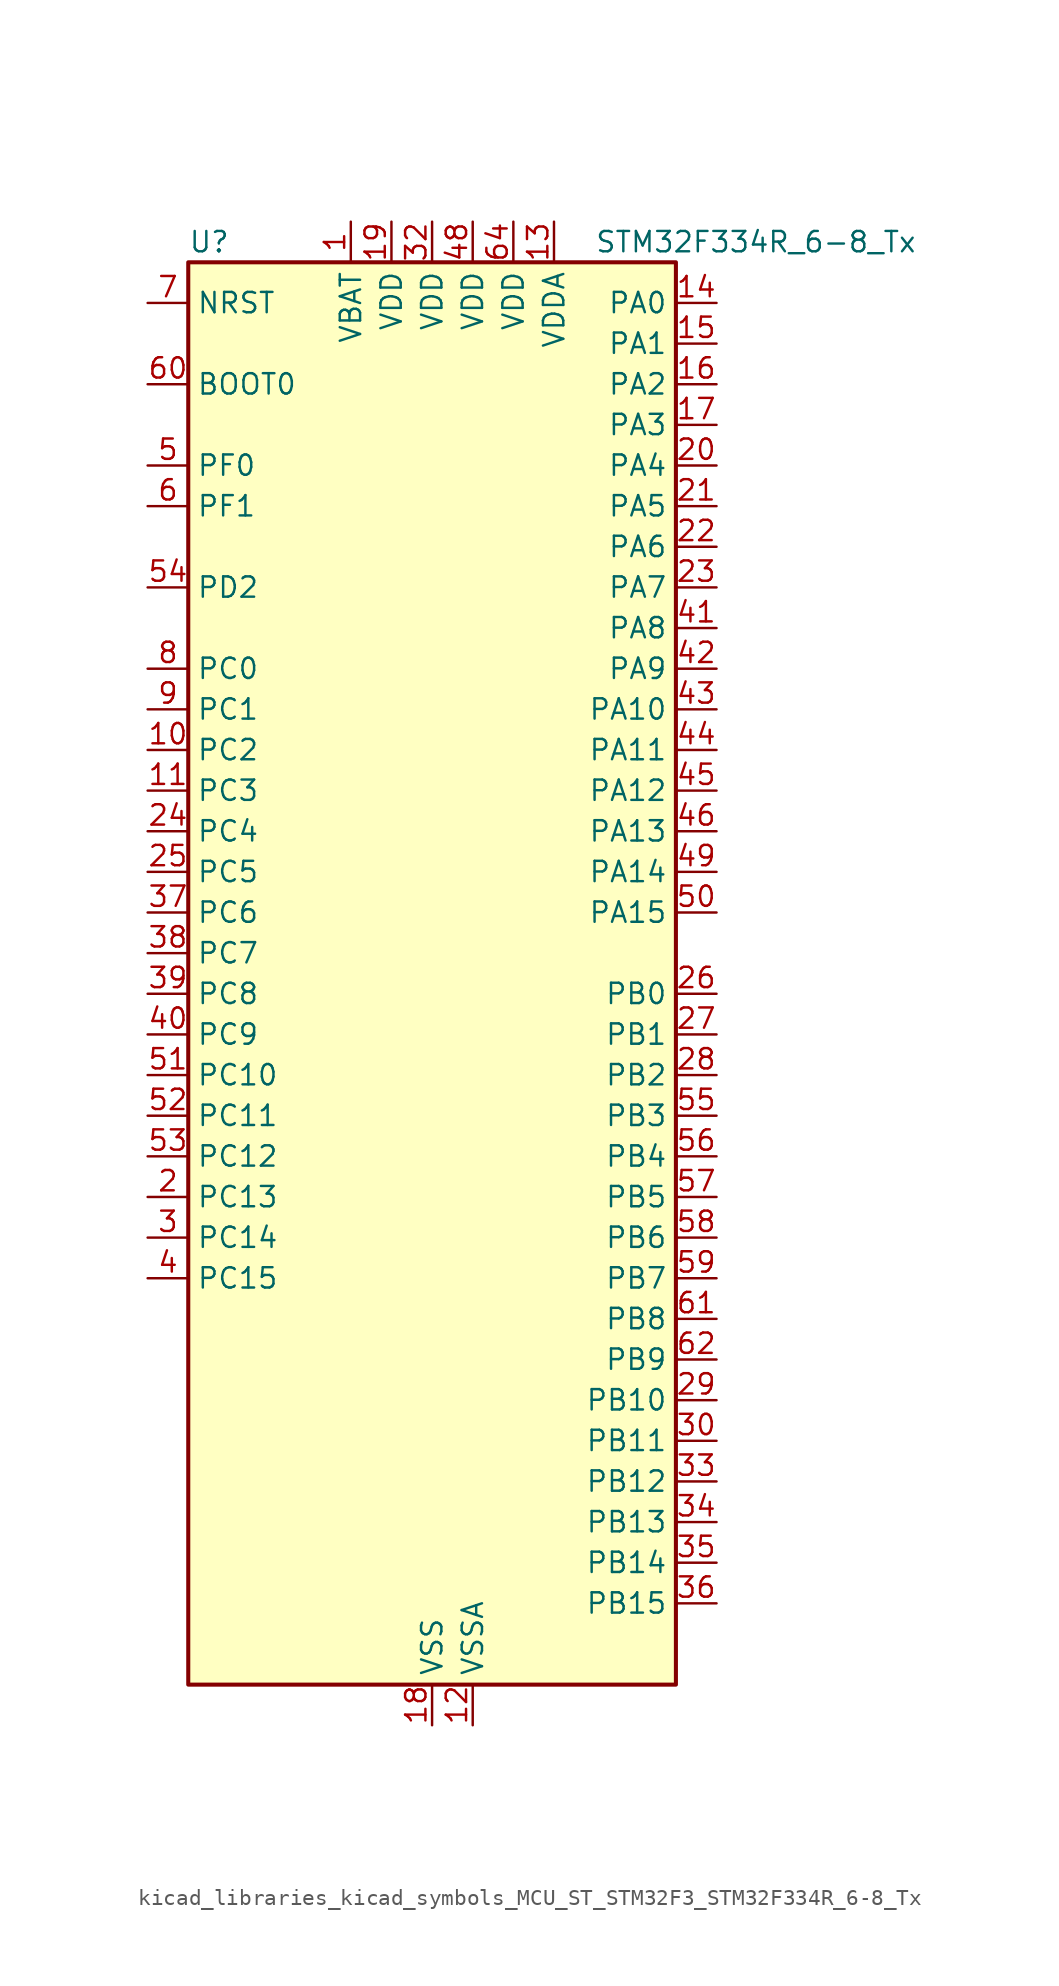
<source format=kicad_sym>
(kicad_symbol_lib
  (version 20220914)
  (generator kicad_symbol_editor)
  (symbol "kicad_libraries_kicad_symbols_MCU_ST_STM32F3_STM32F334R_6-8_Tx"
    (property "Reference" "U"
      (at -15.24 46.99 0)
      (effects (font (size 1.27 1.27)) (justify left)))
    (property "Value" "STM32F334R_6-8_Tx"
      (at 10.16 46.99 0)
      (effects (font (size 1.27 1.27)) (justify left)))
    (property "ki_locked" ""
      (at 0 0 0)
      (effects (font (size 1.27 1.27))))
    (symbol "kicad_libraries_kicad_symbols_MCU_ST_STM32F3_STM32F334R_6-8_Tx_0_1"
      (rectangle (start -15.24 -43.18) (end 15.24 45.72) (stroke (width 0.254) (type default)) (fill (type background))))
    (symbol "kicad_libraries_kicad_symbols_MCU_ST_STM32F3_STM32F334R_6-8_Tx_1_1"
      (pin power_in line (at -5.08 48.26 270) (length 2.54) (name "VBAT" (effects (font (size 1.27 1.27)))) (number "1" (effects (font (size 1.27 1.27)))))
      (pin bidirectional line (at -17.78 15.24 0) (length 2.54) (name "PC2" (effects (font (size 1.27 1.27)))) (number "10" (effects (font (size 1.27 1.27)))) (alternate "ADC1_IN8" bidirectional line) (alternate "ADC2_IN8" bidirectional line) (alternate "TIM1_CH3" bidirectional line))
      (pin bidirectional line (at -17.78 12.7 0) (length 2.54) (name "PC3" (effects (font (size 1.27 1.27)))) (number "11" (effects (font (size 1.27 1.27)))) (alternate "ADC1_IN9" bidirectional line) (alternate "ADC2_IN9" bidirectional line) (alternate "TIM1_BKIN2" bidirectional line) (alternate "TIM1_CH4" bidirectional line))
      (pin power_in line (at 2.54 -45.72 90) (length 2.54) (name "VSSA" (effects (font (size 1.27 1.27)))) (number "12" (effects (font (size 1.27 1.27)))))
      (pin power_in line (at 7.62 48.26 270) (length 2.54) (name "VDDA" (effects (font (size 1.27 1.27)))) (number "13" (effects (font (size 1.27 1.27)))))
      (pin bidirectional line (at 17.78 43.18 180) (length 2.54) (name "PA0" (effects (font (size 1.27 1.27)))) (number "14" (effects (font (size 1.27 1.27)))) (alternate "ADC1_IN1" bidirectional line) (alternate "RTC_TAMP2" bidirectional line) (alternate "SYS_WKUP1" bidirectional line) (alternate "TIM2_CH1" bidirectional line) (alternate "TIM2_ETR" bidirectional line) (alternate "TSC_G1_IO1" bidirectional line) (alternate "USART2_CTS" bidirectional line))
      (pin bidirectional line (at 17.78 40.64 180) (length 2.54) (name "PA1" (effects (font (size 1.27 1.27)))) (number "15" (effects (font (size 1.27 1.27)))) (alternate "ADC1_IN2" bidirectional line) (alternate "RTC_REFIN" bidirectional line) (alternate "TIM15_CH1N" bidirectional line) (alternate "TIM2_CH2" bidirectional line) (alternate "TSC_G1_IO2" bidirectional line) (alternate "USART2_DE" bidirectional line) (alternate "USART2_RTS" bidirectional line))
      (pin bidirectional line (at 17.78 38.1 180) (length 2.54) (name "PA2" (effects (font (size 1.27 1.27)))) (number "16" (effects (font (size 1.27 1.27)))) (alternate "ADC1_IN3" bidirectional line) (alternate "COMP2_INM" bidirectional line) (alternate "COMP2_OUT" bidirectional line) (alternate "TIM15_CH1" bidirectional line) (alternate "TIM2_CH3" bidirectional line) (alternate "TSC_G1_IO3" bidirectional line) (alternate "USART2_TX" bidirectional line))
      (pin bidirectional line (at 17.78 35.56 180) (length 2.54) (name "PA3" (effects (font (size 1.27 1.27)))) (number "17" (effects (font (size 1.27 1.27)))) (alternate "ADC1_IN4" bidirectional line) (alternate "TIM15_CH2" bidirectional line) (alternate "TIM2_CH4" bidirectional line) (alternate "TSC_G1_IO4" bidirectional line) (alternate "USART2_RX" bidirectional line))
      (pin power_in line (at 0 -45.72 90) (length 2.54) (name "VSS" (effects (font (size 1.27 1.27)))) (number "18" (effects (font (size 1.27 1.27)))))
      (pin power_in line (at -2.54 48.26 270) (length 2.54) (name "VDD" (effects (font (size 1.27 1.27)))) (number "19" (effects (font (size 1.27 1.27)))))
      (pin bidirectional line (at -17.78 -12.7 0) (length 2.54) (name "PC13" (effects (font (size 1.27 1.27)))) (number "2" (effects (font (size 1.27 1.27)))) (alternate "RTC_OUT_ALARM" bidirectional line) (alternate "RTC_OUT_CALIB" bidirectional line) (alternate "RTC_TAMP1" bidirectional line) (alternate "RTC_TS" bidirectional line) (alternate "SYS_WKUP2" bidirectional line) (alternate "TIM1_CH1N" bidirectional line))
      (pin bidirectional line (at 17.78 33.02 180) (length 2.54) (name "PA4" (effects (font (size 1.27 1.27)))) (number "20" (effects (font (size 1.27 1.27)))) (alternate "ADC2_IN1" bidirectional line) (alternate "COMP2_INM" bidirectional line) (alternate "COMP4_INM" bidirectional line) (alternate "COMP6_INM" bidirectional line) (alternate "DAC1_OUT1" bidirectional line) (alternate "SPI1_NSS" bidirectional line) (alternate "TIM3_CH2" bidirectional line) (alternate "TSC_G2_IO1" bidirectional line) (alternate "USART2_CK" bidirectional line))
      (pin bidirectional line (at 17.78 30.48 180) (length 2.54) (name "PA5" (effects (font (size 1.27 1.27)))) (number "21" (effects (font (size 1.27 1.27)))) (alternate "ADC2_IN2" bidirectional line) (alternate "DAC1_OUT2" bidirectional line) (alternate "OPAMP2_VINM" bidirectional line) (alternate "OPAMP2_VINM_SEC" bidirectional line) (alternate "SPI1_SCK" bidirectional line) (alternate "TIM2_CH1" bidirectional line) (alternate "TIM2_ETR" bidirectional line) (alternate "TSC_G2_IO2" bidirectional line))
      (pin bidirectional line (at 17.78 27.94 180) (length 2.54) (name "PA6" (effects (font (size 1.27 1.27)))) (number "22" (effects (font (size 1.27 1.27)))) (alternate "ADC2_IN3" bidirectional line) (alternate "DAC2_OUT1" bidirectional line) (alternate "OPAMP2_DIG" bidirectional line) (alternate "OPAMP2_VOUT" bidirectional line) (alternate "SPI1_MISO" bidirectional line) (alternate "TIM16_CH1" bidirectional line) (alternate "TIM1_BKIN" bidirectional line) (alternate "TIM3_CH1" bidirectional line) (alternate "TSC_G2_IO3" bidirectional line))
      (pin bidirectional line (at 17.78 25.4 180) (length 2.54) (name "PA7" (effects (font (size 1.27 1.27)))) (number "23" (effects (font (size 1.27 1.27)))) (alternate "ADC2_IN4" bidirectional line) (alternate "COMP2_INP" bidirectional line) (alternate "OPAMP2_VINP" bidirectional line) (alternate "OPAMP2_VINP_SEC" bidirectional line) (alternate "SPI1_MOSI" bidirectional line) (alternate "TIM17_CH1" bidirectional line) (alternate "TIM1_CH1N" bidirectional line) (alternate "TIM3_CH2" bidirectional line) (alternate "TSC_G2_IO4" bidirectional line))
      (pin bidirectional line (at -17.78 10.16 0) (length 2.54) (name "PC4" (effects (font (size 1.27 1.27)))) (number "24" (effects (font (size 1.27 1.27)))) (alternate "ADC2_IN5" bidirectional line) (alternate "TIM1_ETR" bidirectional line) (alternate "USART1_TX" bidirectional line))
      (pin bidirectional line (at -17.78 7.62 0) (length 2.54) (name "PC5" (effects (font (size 1.27 1.27)))) (number "25" (effects (font (size 1.27 1.27)))) (alternate "ADC2_IN11" bidirectional line) (alternate "OPAMP2_VINM" bidirectional line) (alternate "OPAMP2_VINM_SEC" bidirectional line) (alternate "TIM15_BKIN" bidirectional line) (alternate "TSC_G3_IO1" bidirectional line) (alternate "USART1_RX" bidirectional line))
      (pin bidirectional line (at 17.78 0 180) (length 2.54) (name "PB0" (effects (font (size 1.27 1.27)))) (number "26" (effects (font (size 1.27 1.27)))) (alternate "ADC1_IN11" bidirectional line) (alternate "COMP4_INP" bidirectional line) (alternate "OPAMP2_VINP" bidirectional line) (alternate "OPAMP2_VINP_SEC" bidirectional line) (alternate "TIM1_CH2N" bidirectional line) (alternate "TIM3_CH3" bidirectional line) (alternate "TSC_G3_IO2" bidirectional line))
      (pin bidirectional line (at 17.78 -2.54 180) (length 2.54) (name "PB1" (effects (font (size 1.27 1.27)))) (number "27" (effects (font (size 1.27 1.27)))) (alternate "ADC1_IN12" bidirectional line) (alternate "COMP4_OUT" bidirectional line) (alternate "HRTIM1_SCOUT" bidirectional line) (alternate "TIM1_CH3N" bidirectional line) (alternate "TIM3_CH4" bidirectional line) (alternate "TSC_G3_IO3" bidirectional line))
      (pin bidirectional line (at 17.78 -5.08 180) (length 2.54) (name "PB2" (effects (font (size 1.27 1.27)))) (number "28" (effects (font (size 1.27 1.27)))) (alternate "ADC2_IN12" bidirectional line) (alternate "COMP4_INM" bidirectional line) (alternate "HRTIM1_SCIN" bidirectional line) (alternate "TSC_G3_IO4" bidirectional line))
      (pin bidirectional line (at 17.78 -25.4 180) (length 2.54) (name "PB10" (effects (font (size 1.27 1.27)))) (number "29" (effects (font (size 1.27 1.27)))) (alternate "HRTIM1_FLT3" bidirectional line) (alternate "TIM2_CH3" bidirectional line) (alternate "TSC_SYNC" bidirectional line) (alternate "USART3_TX" bidirectional line))
      (pin bidirectional line (at -17.78 -15.24 0) (length 2.54) (name "PC14" (effects (font (size 1.27 1.27)))) (number "3" (effects (font (size 1.27 1.27)))) (alternate "RCC_OSC32_IN" bidirectional line))
      (pin bidirectional line (at 17.78 -27.94 180) (length 2.54) (name "PB11" (effects (font (size 1.27 1.27)))) (number "30" (effects (font (size 1.27 1.27)))) (alternate "ADC1_EXTI11" bidirectional line) (alternate "ADC2_EXTI11" bidirectional line) (alternate "COMP6_INP" bidirectional line) (alternate "HRTIM1_FLT4" bidirectional line) (alternate "TIM2_CH4" bidirectional line) (alternate "TSC_G6_IO1" bidirectional line) (alternate "USART3_RX" bidirectional line))
      (pin passive line (at 0 -45.72 90) (length 2.54) hide (name "VSS" (effects (font (size 1.27 1.27)))) (number "31" (effects (font (size 1.27 1.27)))))
      (pin power_in line (at 0 48.26 270) (length 2.54) (name "VDD" (effects (font (size 1.27 1.27)))) (number "32" (effects (font (size 1.27 1.27)))))
      (pin bidirectional line (at 17.78 -30.48 180) (length 2.54) (name "PB12" (effects (font (size 1.27 1.27)))) (number "33" (effects (font (size 1.27 1.27)))) (alternate "ADC2_IN13" bidirectional line) (alternate "HRTIM1_CHC1" bidirectional line) (alternate "TIM1_BKIN" bidirectional line) (alternate "TSC_G6_IO2" bidirectional line) (alternate "USART3_CK" bidirectional line))
      (pin bidirectional line (at 17.78 -33.02 180) (length 2.54) (name "PB13" (effects (font (size 1.27 1.27)))) (number "34" (effects (font (size 1.27 1.27)))) (alternate "ADC1_IN13" bidirectional line) (alternate "HRTIM1_CHC2" bidirectional line) (alternate "TIM1_CH1N" bidirectional line) (alternate "TSC_G6_IO3" bidirectional line) (alternate "USART3_CTS" bidirectional line))
      (pin bidirectional line (at 17.78 -35.56 180) (length 2.54) (name "PB14" (effects (font (size 1.27 1.27)))) (number "35" (effects (font (size 1.27 1.27)))) (alternate "ADC2_IN14" bidirectional line) (alternate "HRTIM1_CHD1" bidirectional line) (alternate "OPAMP2_VINP" bidirectional line) (alternate "OPAMP2_VINP_SEC" bidirectional line) (alternate "TIM15_CH1" bidirectional line) (alternate "TIM1_CH2N" bidirectional line) (alternate "TSC_G6_IO4" bidirectional line) (alternate "USART3_DE" bidirectional line) (alternate "USART3_RTS" bidirectional line))
      (pin bidirectional line (at 17.78 -38.1 180) (length 2.54) (name "PB15" (effects (font (size 1.27 1.27)))) (number "36" (effects (font (size 1.27 1.27)))) (alternate "ADC1_EXTI15" bidirectional line) (alternate "ADC2_EXTI15" bidirectional line) (alternate "ADC2_IN15" bidirectional line) (alternate "COMP6_INM" bidirectional line) (alternate "HRTIM1_CHD2" bidirectional line) (alternate "RTC_REFIN" bidirectional line) (alternate "TIM15_CH1N" bidirectional line) (alternate "TIM15_CH2" bidirectional line) (alternate "TIM1_CH3N" bidirectional line))
      (pin bidirectional line (at -17.78 5.08 0) (length 2.54) (name "PC6" (effects (font (size 1.27 1.27)))) (number "37" (effects (font (size 1.27 1.27)))) (alternate "COMP6_OUT" bidirectional line) (alternate "HRTIM1_EEV10" bidirectional line) (alternate "TIM3_CH1" bidirectional line))
      (pin bidirectional line (at -17.78 2.54 0) (length 2.54) (name "PC7" (effects (font (size 1.27 1.27)))) (number "38" (effects (font (size 1.27 1.27)))) (alternate "HRTIM1_FLT5" bidirectional line) (alternate "TIM3_CH2" bidirectional line))
      (pin bidirectional line (at -17.78 0 0) (length 2.54) (name "PC8" (effects (font (size 1.27 1.27)))) (number "39" (effects (font (size 1.27 1.27)))) (alternate "HRTIM1_CHE1" bidirectional line) (alternate "TIM3_CH3" bidirectional line))
      (pin bidirectional line (at -17.78 -17.78 0) (length 2.54) (name "PC15" (effects (font (size 1.27 1.27)))) (number "4" (effects (font (size 1.27 1.27)))) (alternate "ADC1_EXTI15" bidirectional line) (alternate "ADC2_EXTI15" bidirectional line) (alternate "RCC_OSC32_OUT" bidirectional line))
      (pin bidirectional line (at -17.78 -2.54 0) (length 2.54) (name "PC9" (effects (font (size 1.27 1.27)))) (number "40" (effects (font (size 1.27 1.27)))) (alternate "DAC1_EXTI9" bidirectional line) (alternate "DAC2_EXTI9" bidirectional line) (alternate "HRTIM1_CHE2" bidirectional line) (alternate "TIM3_CH4" bidirectional line))
      (pin bidirectional line (at 17.78 22.86 180) (length 2.54) (name "PA8" (effects (font (size 1.27 1.27)))) (number "41" (effects (font (size 1.27 1.27)))) (alternate "HRTIM1_CHA1" bidirectional line) (alternate "RCC_MCO" bidirectional line) (alternate "TIM1_CH1" bidirectional line) (alternate "USART1_CK" bidirectional line))
      (pin bidirectional line (at 17.78 20.32 180) (length 2.54) (name "PA9" (effects (font (size 1.27 1.27)))) (number "42" (effects (font (size 1.27 1.27)))) (alternate "DAC1_EXTI9" bidirectional line) (alternate "DAC2_EXTI9" bidirectional line) (alternate "HRTIM1_CHA2" bidirectional line) (alternate "TIM15_BKIN" bidirectional line) (alternate "TIM1_CH2" bidirectional line) (alternate "TIM2_CH3" bidirectional line) (alternate "TSC_G4_IO1" bidirectional line) (alternate "USART1_TX" bidirectional line))
      (pin bidirectional line (at 17.78 17.78 180) (length 2.54) (name "PA10" (effects (font (size 1.27 1.27)))) (number "43" (effects (font (size 1.27 1.27)))) (alternate "COMP6_OUT" bidirectional line) (alternate "HRTIM1_CHB1" bidirectional line) (alternate "TIM17_BKIN" bidirectional line) (alternate "TIM1_CH3" bidirectional line) (alternate "TIM2_CH4" bidirectional line) (alternate "TSC_G4_IO2" bidirectional line) (alternate "USART1_RX" bidirectional line))
      (pin bidirectional line (at 17.78 15.24 180) (length 2.54) (name "PA11" (effects (font (size 1.27 1.27)))) (number "44" (effects (font (size 1.27 1.27)))) (alternate "ADC1_EXTI11" bidirectional line) (alternate "ADC2_EXTI11" bidirectional line) (alternate "CAN_RX" bidirectional line) (alternate "HRTIM1_CHB2" bidirectional line) (alternate "TIM1_BKIN2" bidirectional line) (alternate "TIM1_CH1N" bidirectional line) (alternate "TIM1_CH4" bidirectional line) (alternate "USART1_CTS" bidirectional line))
      (pin bidirectional line (at 17.78 12.7 180) (length 2.54) (name "PA12" (effects (font (size 1.27 1.27)))) (number "45" (effects (font (size 1.27 1.27)))) (alternate "CAN_TX" bidirectional line) (alternate "COMP2_OUT" bidirectional line) (alternate "HRTIM1_FLT1" bidirectional line) (alternate "TIM16_CH1" bidirectional line) (alternate "TIM1_CH2N" bidirectional line) (alternate "TIM1_ETR" bidirectional line) (alternate "USART1_DE" bidirectional line) (alternate "USART1_RTS" bidirectional line))
      (pin bidirectional line (at 17.78 10.16 180) (length 2.54) (name "PA13" (effects (font (size 1.27 1.27)))) (number "46" (effects (font (size 1.27 1.27)))) (alternate "IR_OUT" bidirectional line) (alternate "SYS_JTMS-SWDIO" bidirectional line) (alternate "TIM16_CH1N" bidirectional line) (alternate "TSC_G4_IO3" bidirectional line) (alternate "USART3_CTS" bidirectional line))
      (pin passive line (at 0 -45.72 90) (length 2.54) hide (name "VSS" (effects (font (size 1.27 1.27)))) (number "47" (effects (font (size 1.27 1.27)))))
      (pin power_in line (at 2.54 48.26 270) (length 2.54) (name "VDD" (effects (font (size 1.27 1.27)))) (number "48" (effects (font (size 1.27 1.27)))))
      (pin bidirectional line (at 17.78 7.62 180) (length 2.54) (name "PA14" (effects (font (size 1.27 1.27)))) (number "49" (effects (font (size 1.27 1.27)))) (alternate "I2C1_SDA" bidirectional line) (alternate "SYS_JTCK-SWCLK" bidirectional line) (alternate "TIM1_BKIN" bidirectional line) (alternate "TSC_G4_IO4" bidirectional line) (alternate "USART2_TX" bidirectional line))
      (pin bidirectional line (at -17.78 33.02 0) (length 2.54) (name "PF0" (effects (font (size 1.27 1.27)))) (number "5" (effects (font (size 1.27 1.27)))) (alternate "RCC_OSC_IN" bidirectional line) (alternate "TIM1_CH3N" bidirectional line))
      (pin bidirectional line (at 17.78 5.08 180) (length 2.54) (name "PA15" (effects (font (size 1.27 1.27)))) (number "50" (effects (font (size 1.27 1.27)))) (alternate "ADC1_EXTI15" bidirectional line) (alternate "ADC2_EXTI15" bidirectional line) (alternate "HRTIM1_FLT2" bidirectional line) (alternate "I2C1_SCL" bidirectional line) (alternate "SPI1_NSS" bidirectional line) (alternate "SYS_JTDI" bidirectional line) (alternate "TIM1_BKIN" bidirectional line) (alternate "TIM2_CH1" bidirectional line) (alternate "TIM2_ETR" bidirectional line) (alternate "TSC_SYNC" bidirectional line) (alternate "USART2_RX" bidirectional line))
      (pin bidirectional line (at -17.78 -5.08 0) (length 2.54) (name "PC10" (effects (font (size 1.27 1.27)))) (number "51" (effects (font (size 1.27 1.27)))) (alternate "USART3_TX" bidirectional line))
      (pin bidirectional line (at -17.78 -7.62 0) (length 2.54) (name "PC11" (effects (font (size 1.27 1.27)))) (number "52" (effects (font (size 1.27 1.27)))) (alternate "ADC1_EXTI11" bidirectional line) (alternate "ADC2_EXTI11" bidirectional line) (alternate "HRTIM1_EEV2" bidirectional line) (alternate "USART3_RX" bidirectional line))
      (pin bidirectional line (at -17.78 -10.16 0) (length 2.54) (name "PC12" (effects (font (size 1.27 1.27)))) (number "53" (effects (font (size 1.27 1.27)))) (alternate "HRTIM1_EEV1" bidirectional line) (alternate "USART3_CK" bidirectional line))
      (pin bidirectional line (at -17.78 25.4 0) (length 2.54) (name "PD2" (effects (font (size 1.27 1.27)))) (number "54" (effects (font (size 1.27 1.27)))) (alternate "TIM3_ETR" bidirectional line))
      (pin bidirectional line (at 17.78 -7.62 180) (length 2.54) (name "PB3" (effects (font (size 1.27 1.27)))) (number "55" (effects (font (size 1.27 1.27)))) (alternate "HRTIM1_EEV9" bidirectional line) (alternate "HRTIM1_SCOUT" bidirectional line) (alternate "SPI1_SCK" bidirectional line) (alternate "SYS_JTDO-TRACESWO" bidirectional line) (alternate "TIM2_CH2" bidirectional line) (alternate "TIM3_ETR" bidirectional line) (alternate "TSC_G5_IO1" bidirectional line) (alternate "USART2_TX" bidirectional line))
      (pin bidirectional line (at 17.78 -10.16 180) (length 2.54) (name "PB4" (effects (font (size 1.27 1.27)))) (number "56" (effects (font (size 1.27 1.27)))) (alternate "HRTIM1_EEV7" bidirectional line) (alternate "SPI1_MISO" bidirectional line) (alternate "SYS_NJTRST" bidirectional line) (alternate "TIM16_CH1" bidirectional line) (alternate "TIM17_BKIN" bidirectional line) (alternate "TIM3_CH1" bidirectional line) (alternate "TSC_G5_IO2" bidirectional line) (alternate "USART2_RX" bidirectional line))
      (pin bidirectional line (at 17.78 -12.7 180) (length 2.54) (name "PB5" (effects (font (size 1.27 1.27)))) (number "57" (effects (font (size 1.27 1.27)))) (alternate "HRTIM1_EEV6" bidirectional line) (alternate "I2C1_SMBA" bidirectional line) (alternate "SPI1_MOSI" bidirectional line) (alternate "TIM16_BKIN" bidirectional line) (alternate "TIM17_CH1" bidirectional line) (alternate "TIM3_CH2" bidirectional line) (alternate "USART2_CK" bidirectional line))
      (pin bidirectional line (at 17.78 -15.24 180) (length 2.54) (name "PB6" (effects (font (size 1.27 1.27)))) (number "58" (effects (font (size 1.27 1.27)))) (alternate "HRTIM1_EEV4" bidirectional line) (alternate "HRTIM1_SCIN" bidirectional line) (alternate "I2C1_SCL" bidirectional line) (alternate "TIM16_CH1N" bidirectional line) (alternate "TSC_G5_IO3" bidirectional line) (alternate "USART1_TX" bidirectional line))
      (pin bidirectional line (at 17.78 -17.78 180) (length 2.54) (name "PB7" (effects (font (size 1.27 1.27)))) (number "59" (effects (font (size 1.27 1.27)))) (alternate "HRTIM1_EEV3" bidirectional line) (alternate "I2C1_SDA" bidirectional line) (alternate "TIM17_CH1N" bidirectional line) (alternate "TIM3_CH4" bidirectional line) (alternate "TSC_G5_IO4" bidirectional line) (alternate "USART1_RX" bidirectional line))
      (pin bidirectional line (at -17.78 30.48 0) (length 2.54) (name "PF1" (effects (font (size 1.27 1.27)))) (number "6" (effects (font (size 1.27 1.27)))) (alternate "RCC_OSC_OUT" bidirectional line))
      (pin input line (at -17.78 38.1 0) (length 2.54) (name "BOOT0" (effects (font (size 1.27 1.27)))) (number "60" (effects (font (size 1.27 1.27)))))
      (pin bidirectional line (at 17.78 -20.32 180) (length 2.54) (name "PB8" (effects (font (size 1.27 1.27)))) (number "61" (effects (font (size 1.27 1.27)))) (alternate "CAN_RX" bidirectional line) (alternate "HRTIM1_EEV8" bidirectional line) (alternate "I2C1_SCL" bidirectional line) (alternate "TIM16_CH1" bidirectional line) (alternate "TIM1_BKIN" bidirectional line) (alternate "TSC_SYNC" bidirectional line) (alternate "USART3_RX" bidirectional line))
      (pin bidirectional line (at 17.78 -22.86 180) (length 2.54) (name "PB9" (effects (font (size 1.27 1.27)))) (number "62" (effects (font (size 1.27 1.27)))) (alternate "CAN_TX" bidirectional line) (alternate "COMP2_OUT" bidirectional line) (alternate "DAC1_EXTI9" bidirectional line) (alternate "DAC2_EXTI9" bidirectional line) (alternate "HRTIM1_EEV5" bidirectional line) (alternate "I2C1_SDA" bidirectional line) (alternate "IR_OUT" bidirectional line) (alternate "TIM17_CH1" bidirectional line) (alternate "USART3_TX" bidirectional line))
      (pin passive line (at 0 -45.72 90) (length 2.54) hide (name "VSS" (effects (font (size 1.27 1.27)))) (number "63" (effects (font (size 1.27 1.27)))))
      (pin power_in line (at 5.08 48.26 270) (length 2.54) (name "VDD" (effects (font (size 1.27 1.27)))) (number "64" (effects (font (size 1.27 1.27)))))
      (pin input line (at -17.78 43.18 0) (length 2.54) (name "NRST" (effects (font (size 1.27 1.27)))) (number "7" (effects (font (size 1.27 1.27)))))
      (pin bidirectional line (at -17.78 20.32 0) (length 2.54) (name "PC0" (effects (font (size 1.27 1.27)))) (number "8" (effects (font (size 1.27 1.27)))) (alternate "ADC1_IN6" bidirectional line) (alternate "ADC2_IN6" bidirectional line) (alternate "TIM1_CH1" bidirectional line))
      (pin bidirectional line (at -17.78 17.78 0) (length 2.54) (name "PC1" (effects (font (size 1.27 1.27)))) (number "9" (effects (font (size 1.27 1.27)))) (alternate "ADC1_IN7" bidirectional line) (alternate "ADC2_IN7" bidirectional line) (alternate "TIM1_CH2" bidirectional line)))))
</source>
